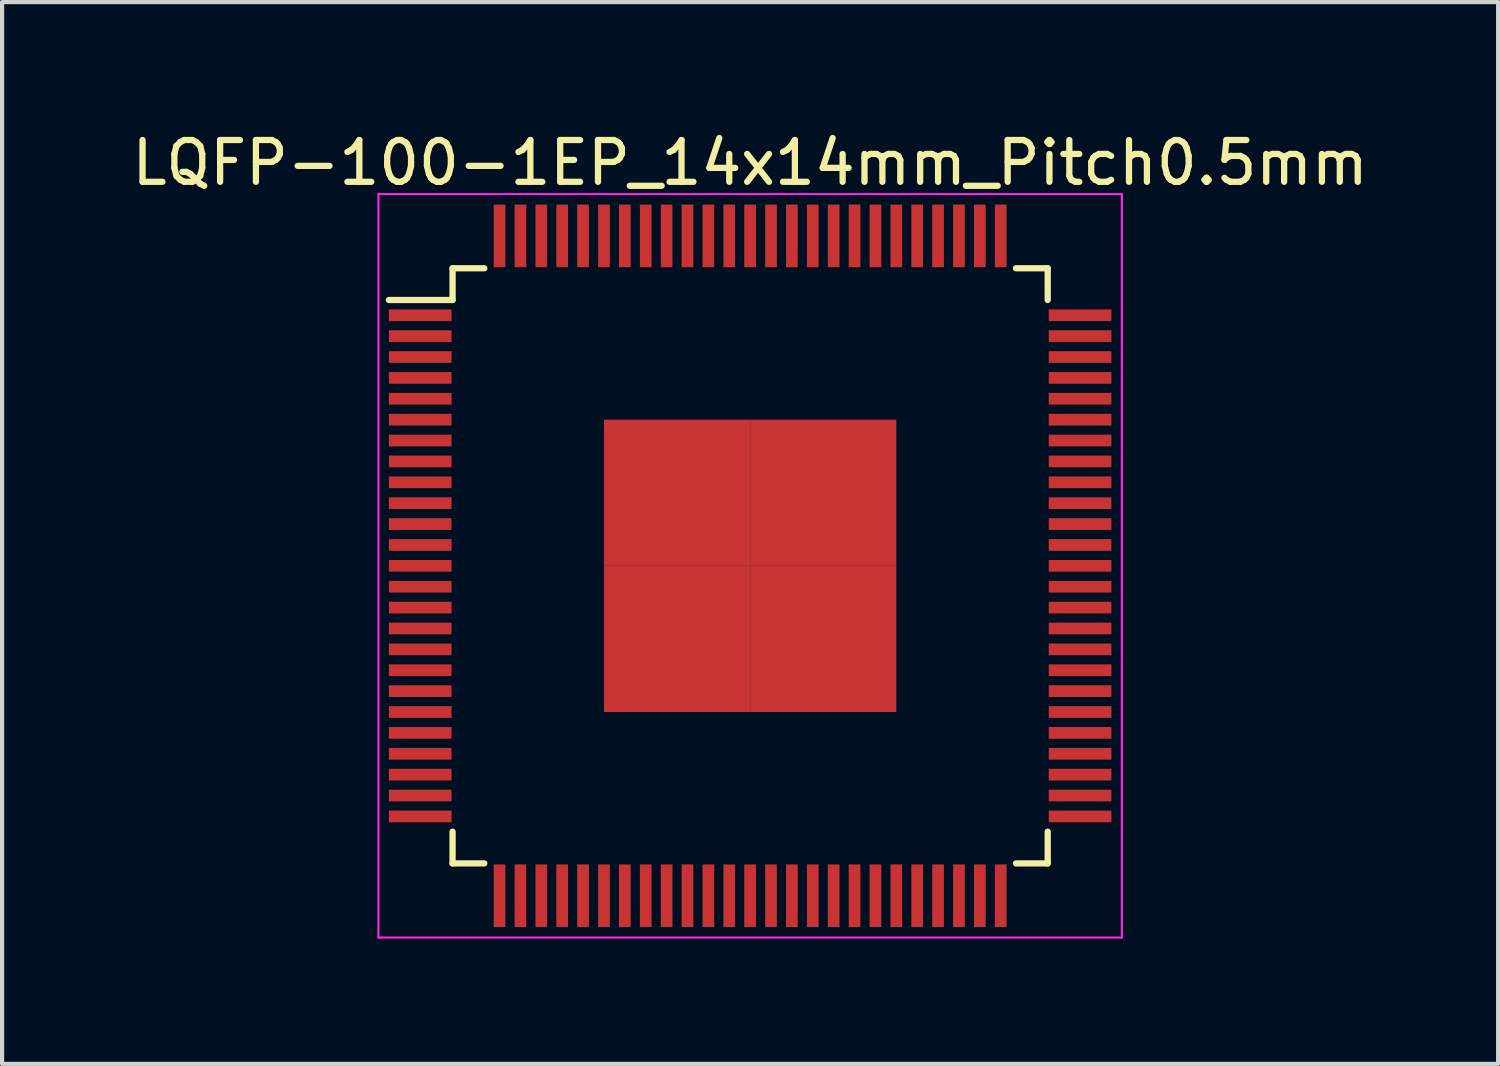
<source format=kicad_pcb>
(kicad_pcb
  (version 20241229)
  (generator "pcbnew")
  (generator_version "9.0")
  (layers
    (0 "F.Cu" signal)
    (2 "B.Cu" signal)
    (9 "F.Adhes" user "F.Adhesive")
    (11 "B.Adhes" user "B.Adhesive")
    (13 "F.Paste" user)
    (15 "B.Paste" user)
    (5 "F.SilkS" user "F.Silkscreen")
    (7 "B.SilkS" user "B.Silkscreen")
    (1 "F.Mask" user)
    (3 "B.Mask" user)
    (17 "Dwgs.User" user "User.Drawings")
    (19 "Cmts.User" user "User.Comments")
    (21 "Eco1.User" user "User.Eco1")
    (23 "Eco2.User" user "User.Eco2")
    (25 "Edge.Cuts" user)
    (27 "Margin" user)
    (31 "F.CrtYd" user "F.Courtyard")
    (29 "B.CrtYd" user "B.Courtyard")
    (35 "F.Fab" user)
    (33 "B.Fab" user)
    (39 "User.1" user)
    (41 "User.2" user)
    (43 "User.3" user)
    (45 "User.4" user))
  (footprint "LQFP-100-1EP_14x14mm_Pitch0.5mm"
    (layer "F.Cu")
    (at 14.911 10.498)
    (property "Reference" "LQFP-100-1EP_14x14mm_Pitch0.5mm" (at 0 -9.65 0) (layer "F.SilkS") (effects (font (size 1 1) (thickness 0.15))))
    (attr smd)
    (fp_line (start -7.125 -7.125) (end -7.125 -6.365) (stroke (width 0.15) (type solid)) (layer "F.SilkS"))
    (fp_line (start -7.125 -7.125) (end -6.365 -7.125) (stroke (width 0.15) (type solid)) (layer "F.SilkS"))
    (fp_line (start -7.125 -6.365) (end -8.65 -6.365) (stroke (width 0.15) (type solid)) (layer "F.SilkS"))
    (fp_line (start -7.125 7.125) (end -7.125 6.365) (stroke (width 0.15) (type solid)) (layer "F.SilkS"))
    (fp_line (start -7.125 7.125) (end -6.365 7.125) (stroke (width 0.15) (type solid)) (layer "F.SilkS"))
    (fp_line (start 7.125 -7.125) (end 6.365 -7.125) (stroke (width 0.15) (type solid)) (layer "F.SilkS"))
    (fp_line (start 7.125 -7.125) (end 7.125 -6.365) (stroke (width 0.15) (type solid)) (layer "F.SilkS"))
    (fp_line (start 7.125 7.125) (end 6.365 7.125) (stroke (width 0.15) (type solid)) (layer "F.SilkS"))
    (fp_line (start 7.125 7.125) (end 7.125 6.365) (stroke (width 0.15) (type solid)) (layer "F.SilkS"))
    (fp_line (start -8.9 -8.9) (end -8.9 8.9) (stroke (width 0.05) (type solid)) (layer "F.CrtYd"))
    (fp_line (start -8.9 -8.9) (end 8.9 -8.9) (stroke (width 0.05) (type solid)) (layer "F.CrtYd"))
    (fp_line (start -8.9 8.9) (end 8.9 8.9) (stroke (width 0.05) (type solid)) (layer "F.CrtYd"))
    (fp_line (start 8.9 -8.9) (end 8.9 8.9) (stroke (width 0.05) (type solid)) (layer "F.CrtYd"))
    (pad "1" smd rect (at -7.9 -6) (size 1.5 0.28) (layers "F.Cu" "F.Mask" "F.Paste"))
    (pad "2" smd rect (at -7.9 -5.5) (size 1.5 0.28) (layers "F.Cu" "F.Mask" "F.Paste"))
    (pad "3" smd rect (at -7.9 -5) (size 1.5 0.28) (layers "F.Cu" "F.Mask" "F.Paste"))
    (pad "4" smd rect (at -7.9 -4.5) (size 1.5 0.28) (layers "F.Cu" "F.Mask" "F.Paste"))
    (pad "5" smd rect (at -7.9 -4) (size 1.5 0.28) (layers "F.Cu" "F.Mask" "F.Paste"))
    (pad "6" smd rect (at -7.9 -3.5) (size 1.5 0.28) (layers "F.Cu" "F.Mask" "F.Paste"))
    (pad "7" smd rect (at -7.9 -3) (size 1.5 0.28) (layers "F.Cu" "F.Mask" "F.Paste"))
    (pad "8" smd rect (at -7.9 -2.5) (size 1.5 0.28) (layers "F.Cu" "F.Mask" "F.Paste"))
    (pad "9" smd rect (at -7.9 -2) (size 1.5 0.28) (layers "F.Cu" "F.Mask" "F.Paste"))
    (pad "10" smd rect (at -7.9 -1.5) (size 1.5 0.28) (layers "F.Cu" "F.Mask" "F.Paste"))
    (pad "11" smd rect (at -7.9 -1) (size 1.5 0.28) (layers "F.Cu" "F.Mask" "F.Paste"))
    (pad "12" smd rect (at -7.9 -0.5) (size 1.5 0.28) (layers "F.Cu" "F.Mask" "F.Paste"))
    (pad "13" smd rect (at -7.9 0) (size 1.5 0.28) (layers "F.Cu" "F.Mask" "F.Paste"))
    (pad "14" smd rect (at -7.9 0.5) (size 1.5 0.28) (layers "F.Cu" "F.Mask" "F.Paste"))
    (pad "15" smd rect (at -7.9 1) (size 1.5 0.28) (layers "F.Cu" "F.Mask" "F.Paste"))
    (pad "16" smd rect (at -7.9 1.5) (size 1.5 0.28) (layers "F.Cu" "F.Mask" "F.Paste"))
    (pad "17" smd rect (at -7.9 2) (size 1.5 0.28) (layers "F.Cu" "F.Mask" "F.Paste"))
    (pad "18" smd rect (at -7.9 2.5) (size 1.5 0.28) (layers "F.Cu" "F.Mask" "F.Paste"))
    (pad "19" smd rect (at -7.9 3) (size 1.5 0.28) (layers "F.Cu" "F.Mask" "F.Paste"))
    (pad "20" smd rect (at -7.9 3.5) (size 1.5 0.28) (layers "F.Cu" "F.Mask" "F.Paste"))
    (pad "21" smd rect (at -7.9 4) (size 1.5 0.28) (layers "F.Cu" "F.Mask" "F.Paste"))
    (pad "22" smd rect (at -7.9 4.5) (size 1.5 0.28) (layers "F.Cu" "F.Mask" "F.Paste"))
    (pad "23" smd rect (at -7.9 5) (size 1.5 0.28) (layers "F.Cu" "F.Mask" "F.Paste"))
    (pad "24" smd rect (at -7.9 5.5) (size 1.5 0.28) (layers "F.Cu" "F.Mask" "F.Paste"))
    (pad "25" smd rect (at -7.9 6) (size 1.5 0.28) (layers "F.Cu" "F.Mask" "F.Paste"))
    (pad "26" smd rect (at -6 7.9 90) (size 1.5 0.28) (layers "F.Cu" "F.Mask" "F.Paste"))
    (pad "27" smd rect (at -5.5 7.9 90) (size 1.5 0.28) (layers "F.Cu" "F.Mask" "F.Paste"))
    (pad "28" smd rect (at -5 7.9 90) (size 1.5 0.28) (layers "F.Cu" "F.Mask" "F.Paste"))
    (pad "29" smd rect (at -4.5 7.9 90) (size 1.5 0.28) (layers "F.Cu" "F.Mask" "F.Paste"))
    (pad "30" smd rect (at -4 7.9 90) (size 1.5 0.28) (layers "F.Cu" "F.Mask" "F.Paste"))
    (pad "31" smd rect (at -3.5 7.9 90) (size 1.5 0.28) (layers "F.Cu" "F.Mask" "F.Paste"))
    (pad "32" smd rect (at -3 7.9 90) (size 1.5 0.28) (layers "F.Cu" "F.Mask" "F.Paste"))
    (pad "33" smd rect (at -2.5 7.9 90) (size 1.5 0.28) (layers "F.Cu" "F.Mask" "F.Paste"))
    (pad "34" smd rect (at -2 7.9 90) (size 1.5 0.28) (layers "F.Cu" "F.Mask" "F.Paste"))
    (pad "35" smd rect (at -1.5 7.9 90) (size 1.5 0.28) (layers "F.Cu" "F.Mask" "F.Paste"))
    (pad "36" smd rect (at -1 7.9 90) (size 1.5 0.28) (layers "F.Cu" "F.Mask" "F.Paste"))
    (pad "37" smd rect (at -0.5 7.9 90) (size 1.5 0.28) (layers "F.Cu" "F.Mask" "F.Paste"))
    (pad "38" smd rect (at 0 7.9 90) (size 1.5 0.28) (layers "F.Cu" "F.Mask" "F.Paste"))
    (pad "39" smd rect (at 0.5 7.9 90) (size 1.5 0.28) (layers "F.Cu" "F.Mask" "F.Paste"))
    (pad "40" smd rect (at 1 7.9 90) (size 1.5 0.28) (layers "F.Cu" "F.Mask" "F.Paste"))
    (pad "41" smd rect (at 1.5 7.9 90) (size 1.5 0.28) (layers "F.Cu" "F.Mask" "F.Paste"))
    (pad "42" smd rect (at 2 7.9 90) (size 1.5 0.28) (layers "F.Cu" "F.Mask" "F.Paste"))
    (pad "43" smd rect (at 2.5 7.9 90) (size 1.5 0.28) (layers "F.Cu" "F.Mask" "F.Paste"))
    (pad "44" smd rect (at 3 7.9 90) (size 1.5 0.28) (layers "F.Cu" "F.Mask" "F.Paste"))
    (pad "45" smd rect (at 3.5 7.9 90) (size 1.5 0.28) (layers "F.Cu" "F.Mask" "F.Paste"))
    (pad "46" smd rect (at 4 7.9 90) (size 1.5 0.28) (layers "F.Cu" "F.Mask" "F.Paste"))
    (pad "47" smd rect (at 4.5 7.9 90) (size 1.5 0.28) (layers "F.Cu" "F.Mask" "F.Paste"))
    (pad "48" smd rect (at 5 7.9 90) (size 1.5 0.28) (layers "F.Cu" "F.Mask" "F.Paste"))
    (pad "49" smd rect (at 5.5 7.9 90) (size 1.5 0.28) (layers "F.Cu" "F.Mask" "F.Paste"))
    (pad "50" smd rect (at 6 7.9 90) (size 1.5 0.28) (layers "F.Cu" "F.Mask" "F.Paste"))
    (pad "51" smd rect (at 7.9 6) (size 1.5 0.28) (layers "F.Cu" "F.Mask" "F.Paste"))
    (pad "52" smd rect (at 7.9 5.5) (size 1.5 0.28) (layers "F.Cu" "F.Mask" "F.Paste"))
    (pad "53" smd rect (at 7.9 5) (size 1.5 0.28) (layers "F.Cu" "F.Mask" "F.Paste"))
    (pad "54" smd rect (at 7.9 4.5) (size 1.5 0.28) (layers "F.Cu" "F.Mask" "F.Paste"))
    (pad "55" smd rect (at 7.9 4) (size 1.5 0.28) (layers "F.Cu" "F.Mask" "F.Paste"))
    (pad "56" smd rect (at 7.9 3.5) (size 1.5 0.28) (layers "F.Cu" "F.Mask" "F.Paste"))
    (pad "57" smd rect (at 7.9 3) (size 1.5 0.28) (layers "F.Cu" "F.Mask" "F.Paste"))
    (pad "58" smd rect (at 7.9 2.5) (size 1.5 0.28) (layers "F.Cu" "F.Mask" "F.Paste"))
    (pad "59" smd rect (at 7.9 2) (size 1.5 0.28) (layers "F.Cu" "F.Mask" "F.Paste"))
    (pad "60" smd rect (at 7.9 1.5) (size 1.5 0.28) (layers "F.Cu" "F.Mask" "F.Paste"))
    (pad "61" smd rect (at 7.9 1) (size 1.5 0.28) (layers "F.Cu" "F.Mask" "F.Paste"))
    (pad "62" smd rect (at 7.9 0.5) (size 1.5 0.28) (layers "F.Cu" "F.Mask" "F.Paste"))
    (pad "63" smd rect (at 7.9 0) (size 1.5 0.28) (layers "F.Cu" "F.Mask" "F.Paste"))
    (pad "64" smd rect (at 7.9 -0.5) (size 1.5 0.28) (layers "F.Cu" "F.Mask" "F.Paste"))
    (pad "65" smd rect (at 7.9 -1) (size 1.5 0.28) (layers "F.Cu" "F.Mask" "F.Paste"))
    (pad "66" smd rect (at 7.9 -1.5) (size 1.5 0.28) (layers "F.Cu" "F.Mask" "F.Paste"))
    (pad "67" smd rect (at 7.9 -2) (size 1.5 0.28) (layers "F.Cu" "F.Mask" "F.Paste"))
    (pad "68" smd rect (at 7.9 -2.5) (size 1.5 0.28) (layers "F.Cu" "F.Mask" "F.Paste"))
    (pad "69" smd rect (at 7.9 -3) (size 1.5 0.28) (layers "F.Cu" "F.Mask" "F.Paste"))
    (pad "70" smd rect (at 7.9 -3.5) (size 1.5 0.28) (layers "F.Cu" "F.Mask" "F.Paste"))
    (pad "71" smd rect (at 7.9 -4) (size 1.5 0.28) (layers "F.Cu" "F.Mask" "F.Paste"))
    (pad "72" smd rect (at 7.9 -4.5) (size 1.5 0.28) (layers "F.Cu" "F.Mask" "F.Paste"))
    (pad "73" smd rect (at 7.9 -5) (size 1.5 0.28) (layers "F.Cu" "F.Mask" "F.Paste"))
    (pad "74" smd rect (at 7.9 -5.5) (size 1.5 0.28) (layers "F.Cu" "F.Mask" "F.Paste"))
    (pad "75" smd rect (at 7.9 -6) (size 1.5 0.28) (layers "F.Cu" "F.Mask" "F.Paste"))
    (pad "76" smd rect (at 6 -7.9 90) (size 1.5 0.28) (layers "F.Cu" "F.Mask" "F.Paste"))
    (pad "77" smd rect (at 5.5 -7.9 90) (size 1.5 0.28) (layers "F.Cu" "F.Mask" "F.Paste"))
    (pad "78" smd rect (at 5 -7.9 90) (size 1.5 0.28) (layers "F.Cu" "F.Mask" "F.Paste"))
    (pad "79" smd rect (at 4.5 -7.9 90) (size 1.5 0.28) (layers "F.Cu" "F.Mask" "F.Paste"))
    (pad "80" smd rect (at 4 -7.9 90) (size 1.5 0.28) (layers "F.Cu" "F.Mask" "F.Paste"))
    (pad "81" smd rect (at 3.5 -7.9 90) (size 1.5 0.28) (layers "F.Cu" "F.Mask" "F.Paste"))
    (pad "82" smd rect (at 3 -7.9 90) (size 1.5 0.28) (layers "F.Cu" "F.Mask" "F.Paste"))
    (pad "83" smd rect (at 2.5 -7.9 90) (size 1.5 0.28) (layers "F.Cu" "F.Mask" "F.Paste"))
    (pad "84" smd rect (at 2 -7.9 90) (size 1.5 0.28) (layers "F.Cu" "F.Mask" "F.Paste"))
    (pad "85" smd rect (at 1.5 -7.9 90) (size 1.5 0.28) (layers "F.Cu" "F.Mask" "F.Paste"))
    (pad "86" smd rect (at 1 -7.9 90) (size 1.5 0.28) (layers "F.Cu" "F.Mask" "F.Paste"))
    (pad "87" smd rect (at 0.5 -7.9 90) (size 1.5 0.28) (layers "F.Cu" "F.Mask" "F.Paste"))
    (pad "88" smd rect (at 0 -7.9 90) (size 1.5 0.28) (layers "F.Cu" "F.Mask" "F.Paste"))
    (pad "89" smd rect (at -0.5 -7.9 90) (size 1.5 0.28) (layers "F.Cu" "F.Mask" "F.Paste"))
    (pad "90" smd rect (at -1 -7.9 90) (size 1.5 0.28) (layers "F.Cu" "F.Mask" "F.Paste"))
    (pad "91" smd rect (at -1.5 -7.9 90) (size 1.5 0.28) (layers "F.Cu" "F.Mask" "F.Paste"))
    (pad "92" smd rect (at -2 -7.9 90) (size 1.5 0.28) (layers "F.Cu" "F.Mask" "F.Paste"))
    (pad "93" smd rect (at -2.5 -7.9 90) (size 1.5 0.28) (layers "F.Cu" "F.Mask" "F.Paste"))
    (pad "94" smd rect (at -3 -7.9 90) (size 1.5 0.28) (layers "F.Cu" "F.Mask" "F.Paste"))
    (pad "95" smd rect (at -3.5 -7.9 90) (size 1.5 0.28) (layers "F.Cu" "F.Mask" "F.Paste"))
    (pad "96" smd rect (at -4 -7.9 90) (size 1.5 0.28) (layers "F.Cu" "F.Mask" "F.Paste"))
    (pad "97" smd rect (at -4.5 -7.9 90) (size 1.5 0.28) (layers "F.Cu" "F.Mask" "F.Paste"))
    (pad "98" smd rect (at -5 -7.9 90) (size 1.5 0.28) (layers "F.Cu" "F.Mask" "F.Paste"))
    (pad "99" smd rect (at -5.5 -7.9 90) (size 1.5 0.28) (layers "F.Cu" "F.Mask" "F.Paste"))
    (pad "100" smd rect (at -6 -7.9 90) (size 1.5 0.28) (layers "F.Cu" "F.Mask" "F.Paste"))
    (pad "101" smd rect (at -1.75 -1.75) (size 3.5 3.5) (layers "F.Cu" "F.Mask" "F.Paste"))
    (pad "101" smd rect (at -1.75 1.75) (size 3.5 3.5) (layers "F.Cu" "F.Mask" "F.Paste"))
    (pad "101" smd rect (at 1.75 -1.75) (size 3.5 3.5) (layers "F.Cu" "F.Mask" "F.Paste"))
    (pad "101" smd rect (at 1.75 1.75) (size 3.5 3.5) (layers "F.Cu" "F.Mask" "F.Paste")))
  (gr_rect
    (start -3 -3)
    (end 32.821 22.423)
    (stroke (width 0.1) (type default))
    (fill no)
    (layer "Edge.Cuts")))
</source>
